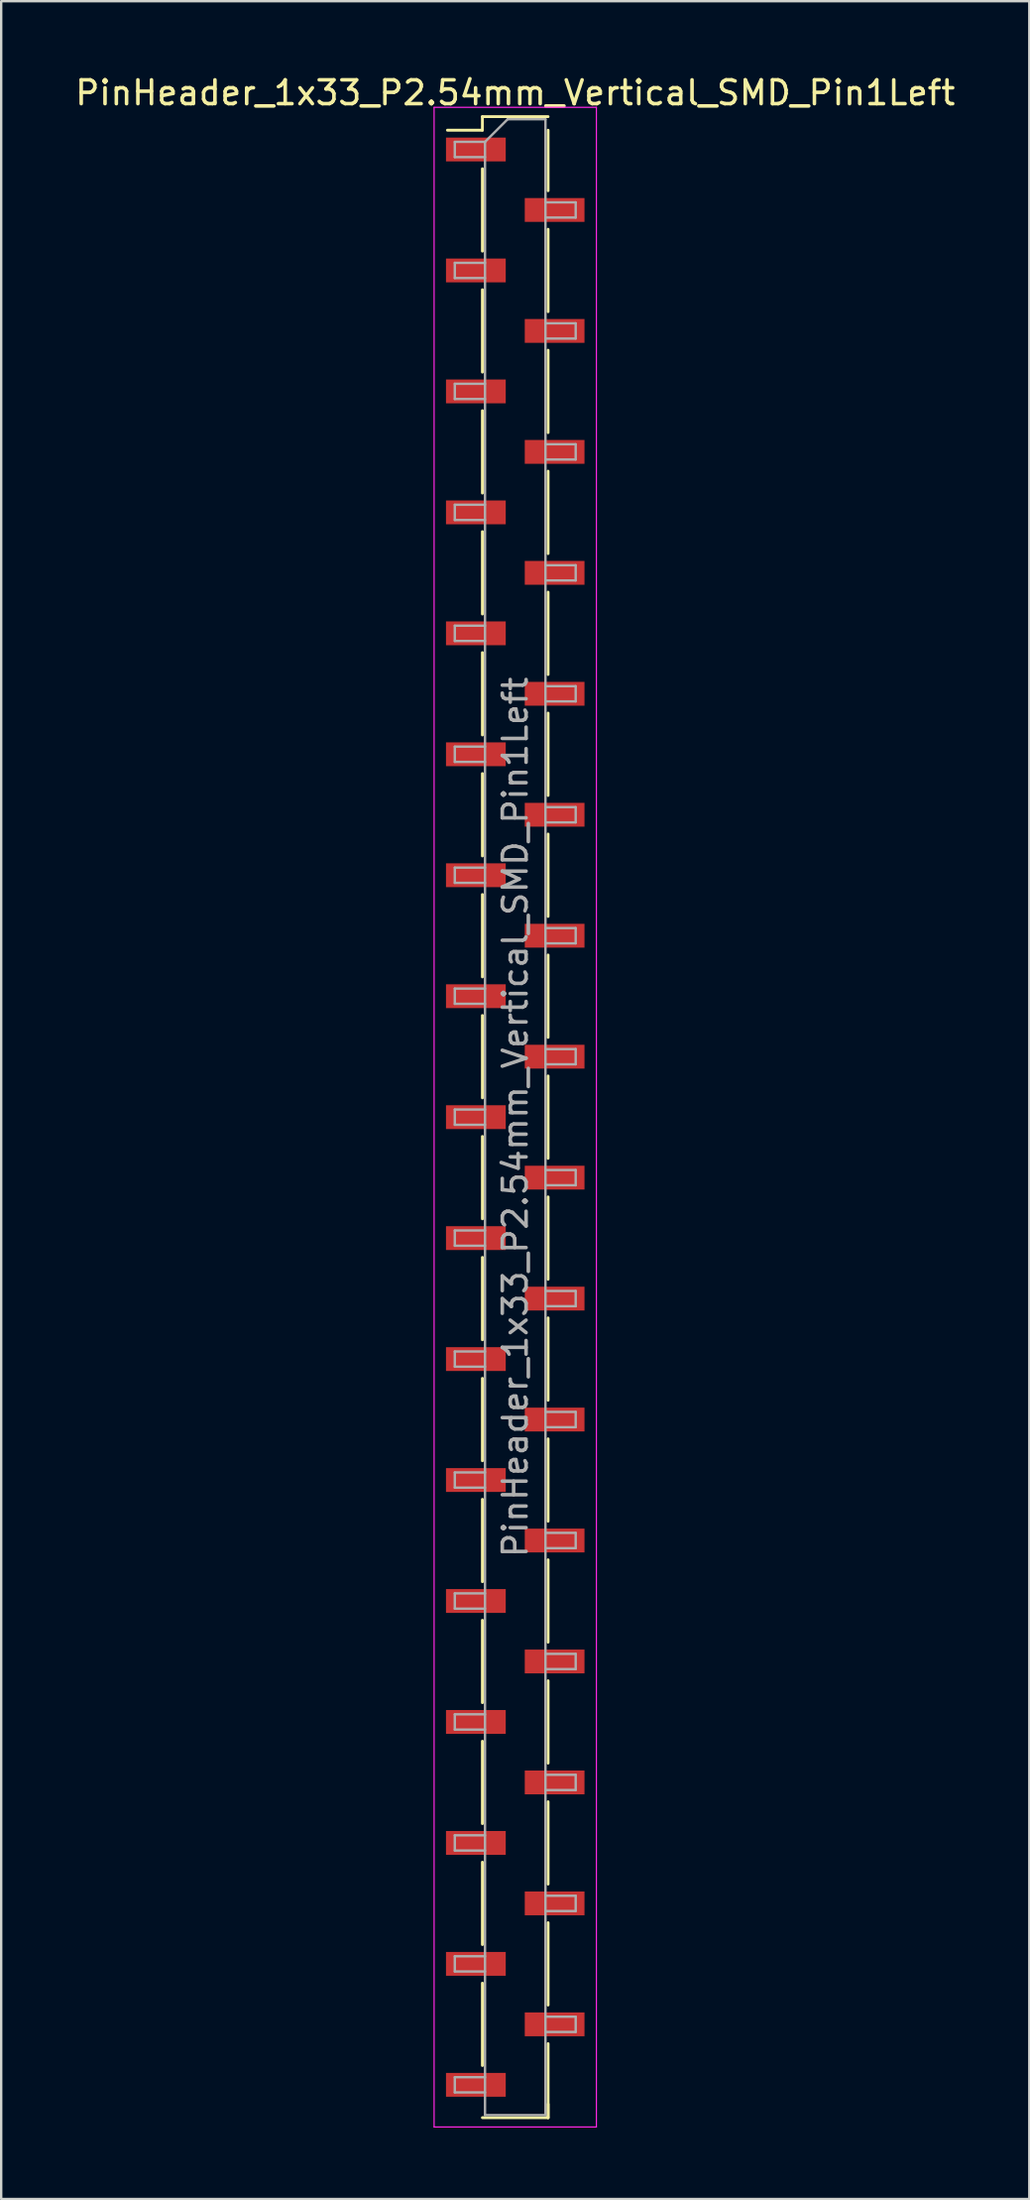
<source format=kicad_pcb>
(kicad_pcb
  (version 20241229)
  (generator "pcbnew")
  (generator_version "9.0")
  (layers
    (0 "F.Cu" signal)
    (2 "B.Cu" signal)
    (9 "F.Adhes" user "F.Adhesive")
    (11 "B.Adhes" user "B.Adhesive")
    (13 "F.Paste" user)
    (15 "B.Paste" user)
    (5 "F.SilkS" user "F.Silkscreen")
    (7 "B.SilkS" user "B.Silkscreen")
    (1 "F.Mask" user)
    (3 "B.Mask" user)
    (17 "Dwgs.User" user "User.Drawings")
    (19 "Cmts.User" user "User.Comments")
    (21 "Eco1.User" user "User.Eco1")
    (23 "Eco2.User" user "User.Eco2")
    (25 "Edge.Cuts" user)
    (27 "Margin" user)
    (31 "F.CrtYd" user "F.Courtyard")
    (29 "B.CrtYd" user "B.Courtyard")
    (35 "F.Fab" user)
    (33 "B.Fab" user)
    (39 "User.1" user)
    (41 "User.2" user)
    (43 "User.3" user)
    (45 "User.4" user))
  (footprint "PinHeader_1x33_P2.54mm_Vertical_SMD_Pin1Left"
    (layer "F.Cu")
    (at 18.601 43.868)
    (property "Reference" "PinHeader_1x33_P2.54mm_Vertical_SMD_Pin1Left" (at 0 -43.02 0) (layer "F.SilkS") (effects (font (size 1 1) (thickness 0.15))))
    (attr smd)
    (fp_line (start -1.38 -42.02) (end -1.38 -41.45) (stroke (width 0.12) (type solid)) (layer "F.SilkS"))
    (fp_line (start -1.38 -42.02) (end 1.38 -42.02) (stroke (width 0.12) (type solid)) (layer "F.SilkS"))
    (fp_line (start -1.38 -41.45) (end -2.85 -41.45) (stroke (width 0.12) (type solid)) (layer "F.SilkS"))
    (fp_line (start -1.38 -39.83) (end -1.38 -36.37) (stroke (width 0.12) (type solid)) (layer "F.SilkS"))
    (fp_line (start -1.38 -34.75) (end -1.38 -31.29) (stroke (width 0.12) (type solid)) (layer "F.SilkS"))
    (fp_line (start -1.38 -29.67) (end -1.38 -26.21) (stroke (width 0.12) (type solid)) (layer "F.SilkS"))
    (fp_line (start -1.38 -24.59) (end -1.38 -21.13) (stroke (width 0.12) (type solid)) (layer "F.SilkS"))
    (fp_line (start -1.38 -19.51) (end -1.38 -16.05) (stroke (width 0.12) (type solid)) (layer "F.SilkS"))
    (fp_line (start -1.38 -14.43) (end -1.38 -10.97) (stroke (width 0.12) (type solid)) (layer "F.SilkS"))
    (fp_line (start -1.38 -9.35) (end -1.38 -5.89) (stroke (width 0.12) (type solid)) (layer "F.SilkS"))
    (fp_line (start -1.38 -4.27) (end -1.38 -0.81) (stroke (width 0.12) (type solid)) (layer "F.SilkS"))
    (fp_line (start -1.38 0.81) (end -1.38 4.27) (stroke (width 0.12) (type solid)) (layer "F.SilkS"))
    (fp_line (start -1.38 5.89) (end -1.38 9.35) (stroke (width 0.12) (type solid)) (layer "F.SilkS"))
    (fp_line (start -1.38 10.97) (end -1.38 14.43) (stroke (width 0.12) (type solid)) (layer "F.SilkS"))
    (fp_line (start -1.38 16.05) (end -1.38 19.51) (stroke (width 0.12) (type solid)) (layer "F.SilkS"))
    (fp_line (start -1.38 21.13) (end -1.38 24.59) (stroke (width 0.12) (type solid)) (layer "F.SilkS"))
    (fp_line (start -1.38 26.21) (end -1.38 29.67) (stroke (width 0.12) (type solid)) (layer "F.SilkS"))
    (fp_line (start -1.38 31.29) (end -1.38 34.75) (stroke (width 0.12) (type solid)) (layer "F.SilkS"))
    (fp_line (start -1.38 36.37) (end -1.38 39.83) (stroke (width 0.12) (type solid)) (layer "F.SilkS"))
    (fp_line (start -1.38 42.02) (end 1.38 42.02) (stroke (width 0.12) (type solid)) (layer "F.SilkS"))
    (fp_line (start 1.38 -41.45) (end 1.38 -38.91) (stroke (width 0.12) (type solid)) (layer "F.SilkS"))
    (fp_line (start 1.38 -37.29) (end 1.38 -33.83) (stroke (width 0.12) (type solid)) (layer "F.SilkS"))
    (fp_line (start 1.38 -32.21) (end 1.38 -28.75) (stroke (width 0.12) (type solid)) (layer "F.SilkS"))
    (fp_line (start 1.38 -27.13) (end 1.38 -23.67) (stroke (width 0.12) (type solid)) (layer "F.SilkS"))
    (fp_line (start 1.38 -22.05) (end 1.38 -18.59) (stroke (width 0.12) (type solid)) (layer "F.SilkS"))
    (fp_line (start 1.38 -16.97) (end 1.38 -13.51) (stroke (width 0.12) (type solid)) (layer "F.SilkS"))
    (fp_line (start 1.38 -11.89) (end 1.38 -8.43) (stroke (width 0.12) (type solid)) (layer "F.SilkS"))
    (fp_line (start 1.38 -6.81) (end 1.38 -3.35) (stroke (width 0.12) (type solid)) (layer "F.SilkS"))
    (fp_line (start 1.38 -1.73) (end 1.38 1.73) (stroke (width 0.12) (type solid)) (layer "F.SilkS"))
    (fp_line (start 1.38 3.35) (end 1.38 6.81) (stroke (width 0.12) (type solid)) (layer "F.SilkS"))
    (fp_line (start 1.38 8.43) (end 1.38 11.89) (stroke (width 0.12) (type solid)) (layer "F.SilkS"))
    (fp_line (start 1.38 13.51) (end 1.38 16.97) (stroke (width 0.12) (type solid)) (layer "F.SilkS"))
    (fp_line (start 1.38 18.59) (end 1.38 22.05) (stroke (width 0.12) (type solid)) (layer "F.SilkS"))
    (fp_line (start 1.38 23.67) (end 1.38 27.13) (stroke (width 0.12) (type solid)) (layer "F.SilkS"))
    (fp_line (start 1.38 28.75) (end 1.38 32.21) (stroke (width 0.12) (type solid)) (layer "F.SilkS"))
    (fp_line (start 1.38 33.83) (end 1.38 37.29) (stroke (width 0.12) (type solid)) (layer "F.SilkS"))
    (fp_line (start 1.38 38.91) (end 1.38 42.02) (stroke (width 0.12) (type solid)) (layer "F.SilkS"))
    (fp_line (start 1.38 41.45) (end 1.38 42.02) (stroke (width 0.12) (type solid)) (layer "F.SilkS"))
    (fp_line (start -3.41 -42.41) (end -3.41 42.41) (stroke (width 0.05) (type solid)) (layer "F.CrtYd"))
    (fp_line (start -3.41 42.41) (end 3.41 42.41) (stroke (width 0.05) (type solid)) (layer "F.CrtYd"))
    (fp_line (start 3.41 -42.41) (end -3.41 -42.41) (stroke (width 0.05) (type solid)) (layer "F.CrtYd"))
    (fp_line (start 3.41 42.41) (end 3.41 -42.41) (stroke (width 0.05) (type solid)) (layer "F.CrtYd"))
    (fp_line (start -2.54 -40.96) (end -2.54 -40.32) (stroke (width 0.1) (type solid)) (layer "F.Fab"))
    (fp_line (start -2.54 -40.32) (end -1.27 -40.32) (stroke (width 0.1) (type solid)) (layer "F.Fab"))
    (fp_line (start -2.54 -35.88) (end -2.54 -35.24) (stroke (width 0.1) (type solid)) (layer "F.Fab"))
    (fp_line (start -2.54 -35.24) (end -1.27 -35.24) (stroke (width 0.1) (type solid)) (layer "F.Fab"))
    (fp_line (start -2.54 -30.8) (end -2.54 -30.16) (stroke (width 0.1) (type solid)) (layer "F.Fab"))
    (fp_line (start -2.54 -30.16) (end -1.27 -30.16) (stroke (width 0.1) (type solid)) (layer "F.Fab"))
    (fp_line (start -2.54 -25.72) (end -2.54 -25.08) (stroke (width 0.1) (type solid)) (layer "F.Fab"))
    (fp_line (start -2.54 -25.08) (end -1.27 -25.08) (stroke (width 0.1) (type solid)) (layer "F.Fab"))
    (fp_line (start -2.54 -20.64) (end -2.54 -20) (stroke (width 0.1) (type solid)) (layer "F.Fab"))
    (fp_line (start -2.54 -20) (end -1.27 -20) (stroke (width 0.1) (type solid)) (layer "F.Fab"))
    (fp_line (start -2.54 -15.56) (end -2.54 -14.92) (stroke (width 0.1) (type solid)) (layer "F.Fab"))
    (fp_line (start -2.54 -14.92) (end -1.27 -14.92) (stroke (width 0.1) (type solid)) (layer "F.Fab"))
    (fp_line (start -2.54 -10.48) (end -2.54 -9.84) (stroke (width 0.1) (type solid)) (layer "F.Fab"))
    (fp_line (start -2.54 -9.84) (end -1.27 -9.84) (stroke (width 0.1) (type solid)) (layer "F.Fab"))
    (fp_line (start -2.54 -5.4) (end -2.54 -4.76) (stroke (width 0.1) (type solid)) (layer "F.Fab"))
    (fp_line (start -2.54 -4.76) (end -1.27 -4.76) (stroke (width 0.1) (type solid)) (layer "F.Fab"))
    (fp_line (start -2.54 -0.32) (end -2.54 0.32) (stroke (width 0.1) (type solid)) (layer "F.Fab"))
    (fp_line (start -2.54 0.32) (end -1.27 0.32) (stroke (width 0.1) (type solid)) (layer "F.Fab"))
    (fp_line (start -2.54 4.76) (end -2.54 5.4) (stroke (width 0.1) (type solid)) (layer "F.Fab"))
    (fp_line (start -2.54 5.4) (end -1.27 5.4) (stroke (width 0.1) (type solid)) (layer "F.Fab"))
    (fp_line (start -2.54 9.84) (end -2.54 10.48) (stroke (width 0.1) (type solid)) (layer "F.Fab"))
    (fp_line (start -2.54 10.48) (end -1.27 10.48) (stroke (width 0.1) (type solid)) (layer "F.Fab"))
    (fp_line (start -2.54 14.92) (end -2.54 15.56) (stroke (width 0.1) (type solid)) (layer "F.Fab"))
    (fp_line (start -2.54 15.56) (end -1.27 15.56) (stroke (width 0.1) (type solid)) (layer "F.Fab"))
    (fp_line (start -2.54 20) (end -2.54 20.64) (stroke (width 0.1) (type solid)) (layer "F.Fab"))
    (fp_line (start -2.54 20.64) (end -1.27 20.64) (stroke (width 0.1) (type solid)) (layer "F.Fab"))
    (fp_line (start -2.54 25.08) (end -2.54 25.72) (stroke (width 0.1) (type solid)) (layer "F.Fab"))
    (fp_line (start -2.54 25.72) (end -1.27 25.72) (stroke (width 0.1) (type solid)) (layer "F.Fab"))
    (fp_line (start -2.54 30.16) (end -2.54 30.8) (stroke (width 0.1) (type solid)) (layer "F.Fab"))
    (fp_line (start -2.54 30.8) (end -1.27 30.8) (stroke (width 0.1) (type solid)) (layer "F.Fab"))
    (fp_line (start -2.54 35.24) (end -2.54 35.88) (stroke (width 0.1) (type solid)) (layer "F.Fab"))
    (fp_line (start -2.54 35.88) (end -1.27 35.88) (stroke (width 0.1) (type solid)) (layer "F.Fab"))
    (fp_line (start -2.54 40.32) (end -2.54 40.96) (stroke (width 0.1) (type solid)) (layer "F.Fab"))
    (fp_line (start -2.54 40.96) (end -1.27 40.96) (stroke (width 0.1) (type solid)) (layer "F.Fab"))
    (fp_line (start -1.27 -40.96) (end -2.54 -40.96) (stroke (width 0.1) (type solid)) (layer "F.Fab"))
    (fp_line (start -1.27 -40.96) (end -0.32 -41.91) (stroke (width 0.1) (type solid)) (layer "F.Fab"))
    (fp_line (start -1.27 -35.88) (end -2.54 -35.88) (stroke (width 0.1) (type solid)) (layer "F.Fab"))
    (fp_line (start -1.27 -30.8) (end -2.54 -30.8) (stroke (width 0.1) (type solid)) (layer "F.Fab"))
    (fp_line (start -1.27 -25.72) (end -2.54 -25.72) (stroke (width 0.1) (type solid)) (layer "F.Fab"))
    (fp_line (start -1.27 -20.64) (end -2.54 -20.64) (stroke (width 0.1) (type solid)) (layer "F.Fab"))
    (fp_line (start -1.27 -15.56) (end -2.54 -15.56) (stroke (width 0.1) (type solid)) (layer "F.Fab"))
    (fp_line (start -1.27 -10.48) (end -2.54 -10.48) (stroke (width 0.1) (type solid)) (layer "F.Fab"))
    (fp_line (start -1.27 -5.4) (end -2.54 -5.4) (stroke (width 0.1) (type solid)) (layer "F.Fab"))
    (fp_line (start -1.27 -0.32) (end -2.54 -0.32) (stroke (width 0.1) (type solid)) (layer "F.Fab"))
    (fp_line (start -1.27 4.76) (end -2.54 4.76) (stroke (width 0.1) (type solid)) (layer "F.Fab"))
    (fp_line (start -1.27 9.84) (end -2.54 9.84) (stroke (width 0.1) (type solid)) (layer "F.Fab"))
    (fp_line (start -1.27 14.92) (end -2.54 14.92) (stroke (width 0.1) (type solid)) (layer "F.Fab"))
    (fp_line (start -1.27 20) (end -2.54 20) (stroke (width 0.1) (type solid)) (layer "F.Fab"))
    (fp_line (start -1.27 25.08) (end -2.54 25.08) (stroke (width 0.1) (type solid)) (layer "F.Fab"))
    (fp_line (start -1.27 30.16) (end -2.54 30.16) (stroke (width 0.1) (type solid)) (layer "F.Fab"))
    (fp_line (start -1.27 35.24) (end -2.54 35.24) (stroke (width 0.1) (type solid)) (layer "F.Fab"))
    (fp_line (start -1.27 40.32) (end -2.54 40.32) (stroke (width 0.1) (type solid)) (layer "F.Fab"))
    (fp_line (start -1.27 41.91) (end -1.27 -40.96) (stroke (width 0.1) (type solid)) (layer "F.Fab"))
    (fp_line (start -0.32 -41.91) (end 1.27 -41.91) (stroke (width 0.1) (type solid)) (layer "F.Fab"))
    (fp_line (start 1.27 -41.91) (end 1.27 41.91) (stroke (width 0.1) (type solid)) (layer "F.Fab"))
    (fp_line (start 1.27 -38.42) (end 2.54 -38.42) (stroke (width 0.1) (type solid)) (layer "F.Fab"))
    (fp_line (start 1.27 -33.34) (end 2.54 -33.34) (stroke (width 0.1) (type solid)) (layer "F.Fab"))
    (fp_line (start 1.27 -28.26) (end 2.54 -28.26) (stroke (width 0.1) (type solid)) (layer "F.Fab"))
    (fp_line (start 1.27 -23.18) (end 2.54 -23.18) (stroke (width 0.1) (type solid)) (layer "F.Fab"))
    (fp_line (start 1.27 -18.1) (end 2.54 -18.1) (stroke (width 0.1) (type solid)) (layer "F.Fab"))
    (fp_line (start 1.27 -13.02) (end 2.54 -13.02) (stroke (width 0.1) (type solid)) (layer "F.Fab"))
    (fp_line (start 1.27 -7.94) (end 2.54 -7.94) (stroke (width 0.1) (type solid)) (layer "F.Fab"))
    (fp_line (start 1.27 -2.86) (end 2.54 -2.86) (stroke (width 0.1) (type solid)) (layer "F.Fab"))
    (fp_line (start 1.27 2.22) (end 2.54 2.22) (stroke (width 0.1) (type solid)) (layer "F.Fab"))
    (fp_line (start 1.27 7.3) (end 2.54 7.3) (stroke (width 0.1) (type solid)) (layer "F.Fab"))
    (fp_line (start 1.27 12.38) (end 2.54 12.38) (stroke (width 0.1) (type solid)) (layer "F.Fab"))
    (fp_line (start 1.27 17.46) (end 2.54 17.46) (stroke (width 0.1) (type solid)) (layer "F.Fab"))
    (fp_line (start 1.27 22.54) (end 2.54 22.54) (stroke (width 0.1) (type solid)) (layer "F.Fab"))
    (fp_line (start 1.27 27.62) (end 2.54 27.62) (stroke (width 0.1) (type solid)) (layer "F.Fab"))
    (fp_line (start 1.27 32.7) (end 2.54 32.7) (stroke (width 0.1) (type solid)) (layer "F.Fab"))
    (fp_line (start 1.27 37.78) (end 2.54 37.78) (stroke (width 0.1) (type solid)) (layer "F.Fab"))
    (fp_line (start 1.27 41.91) (end -1.27 41.91) (stroke (width 0.1) (type solid)) (layer "F.Fab"))
    (fp_line (start 2.54 -38.42) (end 2.54 -37.78) (stroke (width 0.1) (type solid)) (layer "F.Fab"))
    (fp_line (start 2.54 -37.78) (end 1.27 -37.78) (stroke (width 0.1) (type solid)) (layer "F.Fab"))
    (fp_line (start 2.54 -33.34) (end 2.54 -32.7) (stroke (width 0.1) (type solid)) (layer "F.Fab"))
    (fp_line (start 2.54 -32.7) (end 1.27 -32.7) (stroke (width 0.1) (type solid)) (layer "F.Fab"))
    (fp_line (start 2.54 -28.26) (end 2.54 -27.62) (stroke (width 0.1) (type solid)) (layer "F.Fab"))
    (fp_line (start 2.54 -27.62) (end 1.27 -27.62) (stroke (width 0.1) (type solid)) (layer "F.Fab"))
    (fp_line (start 2.54 -23.18) (end 2.54 -22.54) (stroke (width 0.1) (type solid)) (layer "F.Fab"))
    (fp_line (start 2.54 -22.54) (end 1.27 -22.54) (stroke (width 0.1) (type solid)) (layer "F.Fab"))
    (fp_line (start 2.54 -18.1) (end 2.54 -17.46) (stroke (width 0.1) (type solid)) (layer "F.Fab"))
    (fp_line (start 2.54 -17.46) (end 1.27 -17.46) (stroke (width 0.1) (type solid)) (layer "F.Fab"))
    (fp_line (start 2.54 -13.02) (end 2.54 -12.38) (stroke (width 0.1) (type solid)) (layer "F.Fab"))
    (fp_line (start 2.54 -12.38) (end 1.27 -12.38) (stroke (width 0.1) (type solid)) (layer "F.Fab"))
    (fp_line (start 2.54 -7.94) (end 2.54 -7.3) (stroke (width 0.1) (type solid)) (layer "F.Fab"))
    (fp_line (start 2.54 -7.3) (end 1.27 -7.3) (stroke (width 0.1) (type solid)) (layer "F.Fab"))
    (fp_line (start 2.54 -2.86) (end 2.54 -2.22) (stroke (width 0.1) (type solid)) (layer "F.Fab"))
    (fp_line (start 2.54 -2.22) (end 1.27 -2.22) (stroke (width 0.1) (type solid)) (layer "F.Fab"))
    (fp_line (start 2.54 2.22) (end 2.54 2.86) (stroke (width 0.1) (type solid)) (layer "F.Fab"))
    (fp_line (start 2.54 2.86) (end 1.27 2.86) (stroke (width 0.1) (type solid)) (layer "F.Fab"))
    (fp_line (start 2.54 7.3) (end 2.54 7.94) (stroke (width 0.1) (type solid)) (layer "F.Fab"))
    (fp_line (start 2.54 7.94) (end 1.27 7.94) (stroke (width 0.1) (type solid)) (layer "F.Fab"))
    (fp_line (start 2.54 12.38) (end 2.54 13.02) (stroke (width 0.1) (type solid)) (layer "F.Fab"))
    (fp_line (start 2.54 13.02) (end 1.27 13.02) (stroke (width 0.1) (type solid)) (layer "F.Fab"))
    (fp_line (start 2.54 17.46) (end 2.54 18.1) (stroke (width 0.1) (type solid)) (layer "F.Fab"))
    (fp_line (start 2.54 18.1) (end 1.27 18.1) (stroke (width 0.1) (type solid)) (layer "F.Fab"))
    (fp_line (start 2.54 22.54) (end 2.54 23.18) (stroke (width 0.1) (type solid)) (layer "F.Fab"))
    (fp_line (start 2.54 23.18) (end 1.27 23.18) (stroke (width 0.1) (type solid)) (layer "F.Fab"))
    (fp_line (start 2.54 27.62) (end 2.54 28.26) (stroke (width 0.1) (type solid)) (layer "F.Fab"))
    (fp_line (start 2.54 28.26) (end 1.27 28.26) (stroke (width 0.1) (type solid)) (layer "F.Fab"))
    (fp_line (start 2.54 32.7) (end 2.54 33.34) (stroke (width 0.1) (type solid)) (layer "F.Fab"))
    (fp_line (start 2.54 33.34) (end 1.27 33.34) (stroke (width 0.1) (type solid)) (layer "F.Fab"))
    (fp_line (start 2.54 37.78) (end 2.54 38.42) (stroke (width 0.1) (type solid)) (layer "F.Fab"))
    (fp_line (start 2.54 38.42) (end 1.27 38.42) (stroke (width 0.1) (type solid)) (layer "F.Fab"))
    (fp_text user "${REFERENCE}" (at 0 0 90) (layer "F.Fab") (effects (font (size 1 1) (thickness 0.15))))
    (pad "1" smd rect (at -1.655 -40.64) (size 2.51 1) (layers "F.Cu" "F.Mask" "F.Paste"))
    (pad "2" smd rect (at 1.655 -38.1) (size 2.51 1) (layers "F.Cu" "F.Mask" "F.Paste"))
    (pad "3" smd rect (at -1.655 -35.56) (size 2.51 1) (layers "F.Cu" "F.Mask" "F.Paste"))
    (pad "4" smd rect (at 1.655 -33.02) (size 2.51 1) (layers "F.Cu" "F.Mask" "F.Paste"))
    (pad "5" smd rect (at -1.655 -30.48) (size 2.51 1) (layers "F.Cu" "F.Mask" "F.Paste"))
    (pad "6" smd rect (at 1.655 -27.94) (size 2.51 1) (layers "F.Cu" "F.Mask" "F.Paste"))
    (pad "7" smd rect (at -1.655 -25.4) (size 2.51 1) (layers "F.Cu" "F.Mask" "F.Paste"))
    (pad "8" smd rect (at 1.655 -22.86) (size 2.51 1) (layers "F.Cu" "F.Mask" "F.Paste"))
    (pad "9" smd rect (at -1.655 -20.32) (size 2.51 1) (layers "F.Cu" "F.Mask" "F.Paste"))
    (pad "10" smd rect (at 1.655 -17.78) (size 2.51 1) (layers "F.Cu" "F.Mask" "F.Paste"))
    (pad "11" smd rect (at -1.655 -15.24) (size 2.51 1) (layers "F.Cu" "F.Mask" "F.Paste"))
    (pad "12" smd rect (at 1.655 -12.7) (size 2.51 1) (layers "F.Cu" "F.Mask" "F.Paste"))
    (pad "13" smd rect (at -1.655 -10.16) (size 2.51 1) (layers "F.Cu" "F.Mask" "F.Paste"))
    (pad "14" smd rect (at 1.655 -7.62) (size 2.51 1) (layers "F.Cu" "F.Mask" "F.Paste"))
    (pad "15" smd rect (at -1.655 -5.08) (size 2.51 1) (layers "F.Cu" "F.Mask" "F.Paste"))
    (pad "16" smd rect (at 1.655 -2.54) (size 2.51 1) (layers "F.Cu" "F.Mask" "F.Paste"))
    (pad "17" smd rect (at -1.655 0) (size 2.51 1) (layers "F.Cu" "F.Mask" "F.Paste"))
    (pad "18" smd rect (at 1.655 2.54) (size 2.51 1) (layers "F.Cu" "F.Mask" "F.Paste"))
    (pad "19" smd rect (at -1.655 5.08) (size 2.51 1) (layers "F.Cu" "F.Mask" "F.Paste"))
    (pad "20" smd rect (at 1.655 7.62) (size 2.51 1) (layers "F.Cu" "F.Mask" "F.Paste"))
    (pad "21" smd rect (at -1.655 10.16) (size 2.51 1) (layers "F.Cu" "F.Mask" "F.Paste"))
    (pad "22" smd rect (at 1.655 12.7) (size 2.51 1) (layers "F.Cu" "F.Mask" "F.Paste"))
    (pad "23" smd rect (at -1.655 15.24) (size 2.51 1) (layers "F.Cu" "F.Mask" "F.Paste"))
    (pad "24" smd rect (at 1.655 17.78) (size 2.51 1) (layers "F.Cu" "F.Mask" "F.Paste"))
    (pad "25" smd rect (at -1.655 20.32) (size 2.51 1) (layers "F.Cu" "F.Mask" "F.Paste"))
    (pad "26" smd rect (at 1.655 22.86) (size 2.51 1) (layers "F.Cu" "F.Mask" "F.Paste"))
    (pad "27" smd rect (at -1.655 25.4) (size 2.51 1) (layers "F.Cu" "F.Mask" "F.Paste"))
    (pad "28" smd rect (at 1.655 27.94) (size 2.51 1) (layers "F.Cu" "F.Mask" "F.Paste"))
    (pad "29" smd rect (at -1.655 30.48) (size 2.51 1) (layers "F.Cu" "F.Mask" "F.Paste"))
    (pad "30" smd rect (at 1.655 33.02) (size 2.51 1) (layers "F.Cu" "F.Mask" "F.Paste"))
    (pad "31" smd rect (at -1.655 35.56) (size 2.51 1) (layers "F.Cu" "F.Mask" "F.Paste"))
    (pad "32" smd rect (at 1.655 38.1) (size 2.51 1) (layers "F.Cu" "F.Mask" "F.Paste"))
    (pad "33" smd rect (at -1.655 40.64) (size 2.51 1) (layers "F.Cu" "F.Mask" "F.Paste")))
  (gr_rect
    (start -3 -3)
    (end 40.202 89.303)
    (stroke (width 0.1) (type default))
    (fill no)
    (layer "Edge.Cuts")))
</source>
